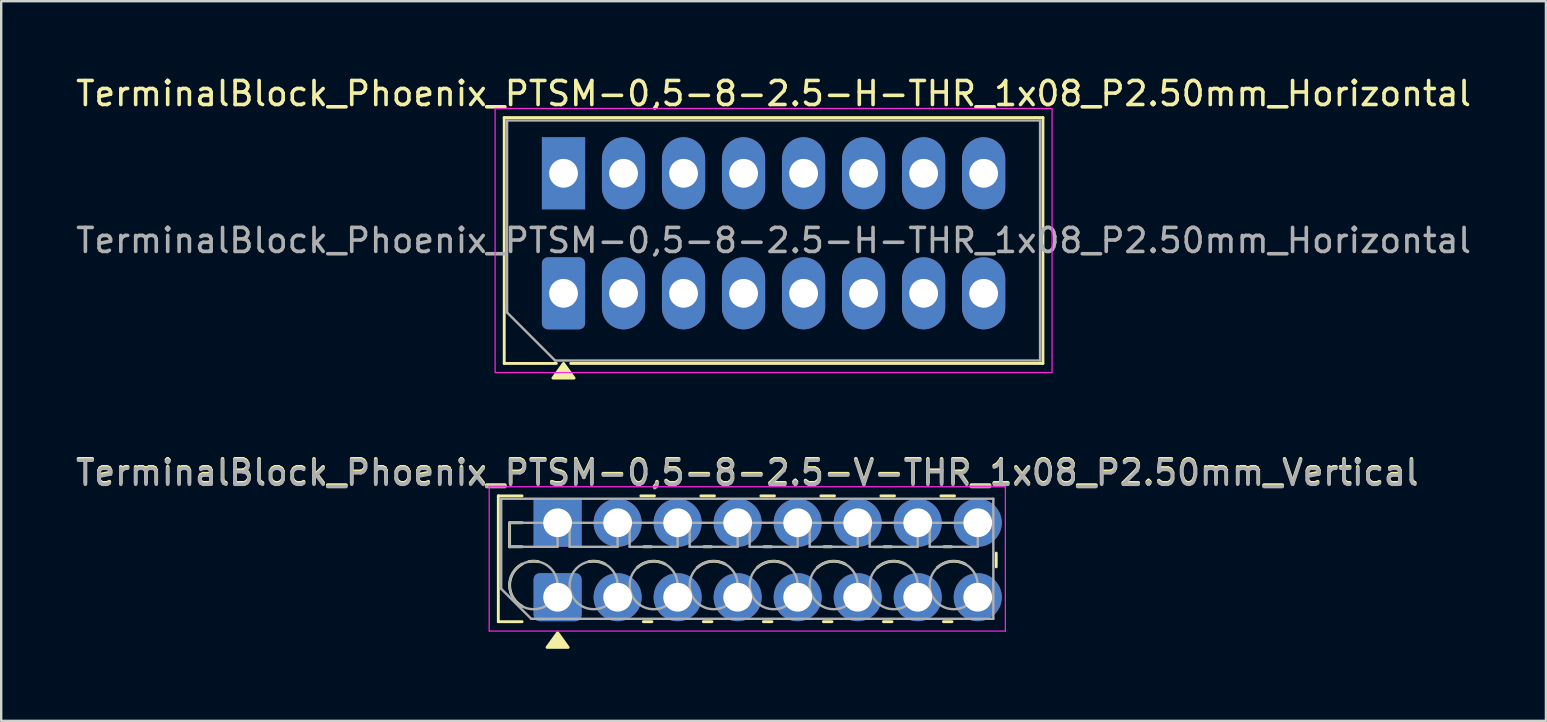
<source format=kicad_pcb>
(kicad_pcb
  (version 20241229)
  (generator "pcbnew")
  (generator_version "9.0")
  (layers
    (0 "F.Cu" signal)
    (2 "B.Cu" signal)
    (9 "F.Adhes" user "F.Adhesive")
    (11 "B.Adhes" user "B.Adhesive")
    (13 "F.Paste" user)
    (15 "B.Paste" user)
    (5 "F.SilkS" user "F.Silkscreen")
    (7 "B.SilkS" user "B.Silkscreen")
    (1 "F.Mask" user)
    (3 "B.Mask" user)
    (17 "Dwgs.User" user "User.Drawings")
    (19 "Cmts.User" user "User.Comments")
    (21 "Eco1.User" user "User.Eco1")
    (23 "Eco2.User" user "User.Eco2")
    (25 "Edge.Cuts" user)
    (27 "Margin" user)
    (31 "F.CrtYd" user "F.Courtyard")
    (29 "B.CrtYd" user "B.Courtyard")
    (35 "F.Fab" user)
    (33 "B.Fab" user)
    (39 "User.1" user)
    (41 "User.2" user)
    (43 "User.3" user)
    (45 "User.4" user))
  (footprint "TerminalBlock_Phoenix_PTSM-0,5-8-2.5-V-THR_1x08_P2.50mm_Vertical"
    (layer "F.Cu")
    (at 20.177 21.826)
    (property "Reference" "TerminalBlock_Phoenix_PTSM-0,5-8-2.5-V-THR_1x08_P2.50mm_Vertical" (at 7.9 -5.22 0) (layer "F.SilkS") (effects (font (size 1 1) (thickness 0.15))))
    (attr through_hole)
    (fp_line (start -2.47 -4.22) (end -2.47 1.02) (stroke (width 0.12) (type solid)) (layer "F.SilkS"))
    (fp_line (start -2.47 -4.22) (end -1.48 -4.22) (stroke (width 0.12) (type solid)) (layer "F.SilkS"))
    (fp_line (start -2.47 1.02) (end -1.48 1.02) (stroke (width 0.12) (type solid)) (layer "F.SilkS"))
    (fp_line (start -2 -3.1) (end -2 -2.1) (stroke (width 0.12) (type solid)) (layer "F.SilkS"))
    (fp_line (start -2 -3.1) (end -1.48 -3.1) (stroke (width 0.12) (type solid)) (layer "F.SilkS"))
    (fp_line (start -2 -2.1) (end -1.48 -2.1) (stroke (width 0.12) (type solid)) (layer "F.SilkS"))
    (fp_line (start 3.467 -4.22) (end 4.033 -4.22) (stroke (width 0.12) (type solid)) (layer "F.SilkS"))
    (fp_line (start 3.572 1.02) (end 3.928 1.02) (stroke (width 0.12) (type solid)) (layer "F.SilkS"))
    (fp_line (start 3.591 -2.1) (end 3.909 -2.1) (stroke (width 0.12) (type solid)) (layer "F.SilkS"))
    (fp_line (start 5.967 -4.22) (end 6.533 -4.22) (stroke (width 0.12) (type solid)) (layer "F.SilkS"))
    (fp_line (start 6.072 1.02) (end 6.428 1.02) (stroke (width 0.12) (type solid)) (layer "F.SilkS"))
    (fp_line (start 6.091 -2.1) (end 6.409 -2.1) (stroke (width 0.12) (type solid)) (layer "F.SilkS"))
    (fp_line (start 8.467 -4.22) (end 9.033 -4.22) (stroke (width 0.12) (type solid)) (layer "F.SilkS"))
    (fp_line (start 8.572 1.02) (end 8.928 1.02) (stroke (width 0.12) (type solid)) (layer "F.SilkS"))
    (fp_line (start 8.591 -2.1) (end 8.909 -2.1) (stroke (width 0.12) (type solid)) (layer "F.SilkS"))
    (fp_line (start 10.967 -4.22) (end 11.533 -4.22) (stroke (width 0.12) (type solid)) (layer "F.SilkS"))
    (fp_line (start 11.072 1.02) (end 11.428 1.02) (stroke (width 0.12) (type solid)) (layer "F.SilkS"))
    (fp_line (start 11.091 -2.1) (end 11.409 -2.1) (stroke (width 0.12) (type solid)) (layer "F.SilkS"))
    (fp_line (start 13.467 -4.22) (end 14.033 -4.22) (stroke (width 0.12) (type solid)) (layer "F.SilkS"))
    (fp_line (start 13.572 1.02) (end 13.928 1.02) (stroke (width 0.12) (type solid)) (layer "F.SilkS"))
    (fp_line (start 13.591 -2.1) (end 13.909 -2.1) (stroke (width 0.12) (type solid)) (layer "F.SilkS"))
    (fp_line (start 15.967 -4.22) (end 16.533 -4.22) (stroke (width 0.12) (type solid)) (layer "F.SilkS"))
    (fp_line (start 16.072 1.02) (end 16.428 1.02) (stroke (width 0.12) (type solid)) (layer "F.SilkS"))
    (fp_line (start 16.091 -2.1) (end 16.409 -2.1) (stroke (width 0.12) (type solid)) (layer "F.SilkS"))
    (fp_line (start 18.27 -1.836) (end 18.27 -1.264) (stroke (width 0.12) (type solid)) (layer "F.SilkS"))
    (fp_arc (start -1.48 0.377) (mid -1.999764 -0.500129) (end -1.479774 -1.377124) (stroke (width 0.12) (type solid)) (layer "F.SilkS"))
    (fp_arc (start -1.199 -1.48) (mid -1.000002 -1.5) (end -0.801005 -1.480001) (stroke (width 0.12) (type solid)) (layer "F.SilkS"))
    (fp_arc (start 1.301 -1.48) (mid 1.644475 -1.489509) (end 1.970893 -1.382191) (stroke (width 0.12) (type solid)) (layer "F.SilkS"))
    (fp_arc (start 3.319 -1.233) (mid 3.871173 -1.492196) (end 4.47123 -1.382605) (stroke (width 0.12) (type solid)) (layer "F.SilkS"))
    (fp_arc (start 5.819 -1.233) (mid 6.371173 -1.492196) (end 6.97123 -1.382605) (stroke (width 0.12) (type solid)) (layer "F.SilkS"))
    (fp_arc (start 8.319 -1.233) (mid 8.871173 -1.492196) (end 9.47123 -1.382605) (stroke (width 0.12) (type solid)) (layer "F.SilkS"))
    (fp_arc (start 10.819 -1.233) (mid 11.371173 -1.492196) (end 11.97123 -1.382605) (stroke (width 0.12) (type solid)) (layer "F.SilkS"))
    (fp_arc (start 13.319 -1.233) (mid 13.871173 -1.492196) (end 14.47123 -1.382605) (stroke (width 0.12) (type solid)) (layer "F.SilkS"))
    (fp_arc (start 15.819 -1.233) (mid 16.371173 -1.492196) (end 16.97123 -1.382605) (stroke (width 0.12) (type solid)) (layer "F.SilkS"))
    (fp_poly (pts (xy 0 1.48) (xy 0.44 2.09) (xy -0.44 2.09)) (stroke (width 0.12) (type solid)) (fill yes) (layer "F.SilkS"))
    (fp_line (start -2.85 -4.6) (end -2.85 1.41) (stroke (width 0.05) (type solid)) (layer "F.CrtYd"))
    (fp_line (start -2.85 1.41) (end 18.65 1.41) (stroke (width 0.05) (type solid)) (layer "F.CrtYd"))
    (fp_line (start 18.65 -4.6) (end -2.85 -4.6) (stroke (width 0.05) (type solid)) (layer "F.CrtYd"))
    (fp_line (start 18.65 1.41) (end 18.65 -4.6) (stroke (width 0.05) (type solid)) (layer "F.CrtYd"))
    (fp_line (start -2.35 -4.1) (end 18.15 -4.1) (stroke (width 0.1) (type solid)) (layer "F.Fab"))
    (fp_line (start -2.35 -0.35) (end -2.35 -4.1) (stroke (width 0.1) (type solid)) (layer "F.Fab"))
    (fp_line (start -2 -3.1) (end -2 -2.1) (stroke (width 0.1) (type solid)) (layer "F.Fab"))
    (fp_line (start -2 -2.1) (end 0 -2.1) (stroke (width 0.1) (type solid)) (layer "F.Fab"))
    (fp_line (start -1.1 0.9) (end -2.35 -0.35) (stroke (width 0.1) (type solid)) (layer "F.Fab"))
    (fp_line (start 0 -3.1) (end -2 -3.1) (stroke (width 0.1) (type solid)) (layer "F.Fab"))
    (fp_line (start 0 -2.1) (end 0 -3.1) (stroke (width 0.1) (type solid)) (layer "F.Fab"))
    (fp_line (start 0.5 -3.1) (end 0.5 -2.1) (stroke (width 0.1) (type solid)) (layer "F.Fab"))
    (fp_line (start 0.5 -2.1) (end 2.5 -2.1) (stroke (width 0.1) (type solid)) (layer "F.Fab"))
    (fp_line (start 2.5 -3.1) (end 0.5 -3.1) (stroke (width 0.1) (type solid)) (layer "F.Fab"))
    (fp_line (start 2.5 -2.1) (end 2.5 -3.1) (stroke (width 0.1) (type solid)) (layer "F.Fab"))
    (fp_line (start 3 -3.1) (end 3 -2.1) (stroke (width 0.1) (type solid)) (layer "F.Fab"))
    (fp_line (start 3 -2.1) (end 5 -2.1) (stroke (width 0.1) (type solid)) (layer "F.Fab"))
    (fp_line (start 5 -3.1) (end 3 -3.1) (stroke (width 0.1) (type solid)) (layer "F.Fab"))
    (fp_line (start 5 -2.1) (end 5 -3.1) (stroke (width 0.1) (type solid)) (layer "F.Fab"))
    (fp_line (start 5.5 -3.1) (end 5.5 -2.1) (stroke (width 0.1) (type solid)) (layer "F.Fab"))
    (fp_line (start 5.5 -2.1) (end 7.5 -2.1) (stroke (width 0.1) (type solid)) (layer "F.Fab"))
    (fp_line (start 7.5 -3.1) (end 5.5 -3.1) (stroke (width 0.1) (type solid)) (layer "F.Fab"))
    (fp_line (start 7.5 -2.1) (end 7.5 -3.1) (stroke (width 0.1) (type solid)) (layer "F.Fab"))
    (fp_line (start 8 -3.1) (end 8 -2.1) (stroke (width 0.1) (type solid)) (layer "F.Fab"))
    (fp_line (start 8 -2.1) (end 10 -2.1) (stroke (width 0.1) (type solid)) (layer "F.Fab"))
    (fp_line (start 10 -3.1) (end 8 -3.1) (stroke (width 0.1) (type solid)) (layer "F.Fab"))
    (fp_line (start 10 -2.1) (end 10 -3.1) (stroke (width 0.1) (type solid)) (layer "F.Fab"))
    (fp_line (start 10.5 -3.1) (end 10.5 -2.1) (stroke (width 0.1) (type solid)) (layer "F.Fab"))
    (fp_line (start 10.5 -2.1) (end 12.5 -2.1) (stroke (width 0.1) (type solid)) (layer "F.Fab"))
    (fp_line (start 12.5 -3.1) (end 10.5 -3.1) (stroke (width 0.1) (type solid)) (layer "F.Fab"))
    (fp_line (start 12.5 -2.1) (end 12.5 -3.1) (stroke (width 0.1) (type solid)) (layer "F.Fab"))
    (fp_line (start 13 -3.1) (end 13 -2.1) (stroke (width 0.1) (type solid)) (layer "F.Fab"))
    (fp_line (start 13 -2.1) (end 15 -2.1) (stroke (width 0.1) (type solid)) (layer "F.Fab"))
    (fp_line (start 15 -3.1) (end 13 -3.1) (stroke (width 0.1) (type solid)) (layer "F.Fab"))
    (fp_line (start 15 -2.1) (end 15 -3.1) (stroke (width 0.1) (type solid)) (layer "F.Fab"))
    (fp_line (start 15.5 -3.1) (end 15.5 -2.1) (stroke (width 0.1) (type solid)) (layer "F.Fab"))
    (fp_line (start 15.5 -2.1) (end 17.5 -2.1) (stroke (width 0.1) (type solid)) (layer "F.Fab"))
    (fp_line (start 17.5 -3.1) (end 15.5 -3.1) (stroke (width 0.1) (type solid)) (layer "F.Fab"))
    (fp_line (start 17.5 -2.1) (end 17.5 -3.1) (stroke (width 0.1) (type solid)) (layer "F.Fab"))
    (fp_line (start 18.15 -4.1) (end 18.15 0.9) (stroke (width 0.1) (type solid)) (layer "F.Fab"))
    (fp_line (start 18.15 0.9) (end -1.1 0.9) (stroke (width 0.1) (type solid)) (layer "F.Fab"))
    (fp_circle (center -1 -0.5) (end 0 -0.5) (stroke (width 0.1) (type solid)) (fill no) (layer "F.Fab"))
    (fp_circle (center 1.5 -0.5) (end 2.5 -0.5) (stroke (width 0.1) (type solid)) (fill no) (layer "F.Fab"))
    (fp_circle (center 4 -0.5) (end 5 -0.5) (stroke (width 0.1) (type solid)) (fill no) (layer "F.Fab"))
    (fp_circle (center 6.5 -0.5) (end 7.5 -0.5) (stroke (width 0.1) (type solid)) (fill no) (layer "F.Fab"))
    (fp_circle (center 9 -0.5) (end 10 -0.5) (stroke (width 0.1) (type solid)) (fill no) (layer "F.Fab"))
    (fp_circle (center 11.5 -0.5) (end 12.5 -0.5) (stroke (width 0.1) (type solid)) (fill no) (layer "F.Fab"))
    (fp_circle (center 14 -0.5) (end 15 -0.5) (stroke (width 0.1) (type solid)) (fill no) (layer "F.Fab"))
    (fp_circle (center 16.5 -0.5) (end 17.5 -0.5) (stroke (width 0.1) (type solid)) (fill no) (layer "F.Fab"))
    (fp_text user "${REFERENCE}" (at 7.9 -5.16 0) (layer "F.Fab") (effects (font (size 1 1) (thickness 0.15))))
    (pad "1" thru_hole rect (at 0 -3.1) (size 2 2) (drill 1.2) (layers "*.Cu" "*.Mask"))
    (pad "1" thru_hole roundrect (at 0 0) (size 2 2) (drill 1.2) (layers "*.Cu" "*.Mask") (roundrect_rratio 0.125))
    (pad "2" thru_hole circle (at 2.5 -3.1) (size 2 2) (drill 1.2) (layers "*.Cu" "*.Mask"))
    (pad "2" thru_hole circle (at 2.5 0) (size 2 2) (drill 1.2) (layers "*.Cu" "*.Mask"))
    (pad "3" thru_hole circle (at 5 -3.1) (size 2 2) (drill 1.2) (layers "*.Cu" "*.Mask"))
    (pad "3" thru_hole circle (at 5 0) (size 2 2) (drill 1.2) (layers "*.Cu" "*.Mask"))
    (pad "4" thru_hole circle (at 7.5 -3.1) (size 2 2) (drill 1.2) (layers "*.Cu" "*.Mask"))
    (pad "4" thru_hole circle (at 7.5 0) (size 2 2) (drill 1.2) (layers "*.Cu" "*.Mask"))
    (pad "5" thru_hole circle (at 10 -3.1) (size 2 2) (drill 1.2) (layers "*.Cu" "*.Mask"))
    (pad "5" thru_hole circle (at 10 0) (size 2 2) (drill 1.2) (layers "*.Cu" "*.Mask"))
    (pad "6" thru_hole circle (at 12.5 -3.1) (size 2 2) (drill 1.2) (layers "*.Cu" "*.Mask"))
    (pad "6" thru_hole circle (at 12.5 0) (size 2 2) (drill 1.2) (layers "*.Cu" "*.Mask"))
    (pad "7" thru_hole circle (at 15 -3.1) (size 2 2) (drill 1.2) (layers "*.Cu" "*.Mask"))
    (pad "7" thru_hole circle (at 15 0) (size 2 2) (drill 1.2) (layers "*.Cu" "*.Mask"))
    (pad "8" thru_hole circle (at 17.5 -3.1) (size 2 2) (drill 1.2) (layers "*.Cu" "*.Mask"))
    (pad "8" thru_hole circle (at 17.5 0) (size 2 2) (drill 1.2) (layers "*.Cu" "*.Mask")))
  (footprint "TerminalBlock_Phoenix_PTSM-0,5-8-2.5-H-THR_1x08_P2.50mm_Horizontal"
    (layer "F.Cu")
    (at 20.423 9.168)
    (property "Reference" "TerminalBlock_Phoenix_PTSM-0,5-8-2.5-H-THR_1x08_P2.50mm_Horizontal" (at 8.75 -8.32 0) (layer "F.SilkS") (effects (font (size 1 1) (thickness 0.15))))
    (attr through_hole)
    (fp_line (start -2.47 -7.32) (end 19.97 -7.32) (stroke (width 0.12) (type solid)) (layer "F.SilkS"))
    (fp_line (start -2.47 2.92) (end -2.47 -7.32) (stroke (width 0.12) (type solid)) (layer "F.SilkS"))
    (fp_line (start -0.3 2.92) (end -2.47 2.92) (stroke (width 0.12) (type solid)) (layer "F.SilkS"))
    (fp_line (start 19.97 -7.32) (end 19.97 2.92) (stroke (width 0.12) (type solid)) (layer "F.SilkS"))
    (fp_line (start 19.97 2.92) (end 0.3 2.92) (stroke (width 0.12) (type solid)) (layer "F.SilkS"))
    (fp_poly (pts (xy 0 2.92) (xy 0.44 3.53) (xy -0.44 3.53)) (stroke (width 0.12) (type solid)) (fill yes) (layer "F.SilkS"))
    (fp_rect (start -2.85 -7.7) (end 20.35 3.3) (stroke (width 0.05) (type solid)) (fill no) (layer "F.CrtYd"))
    (fp_line (start -2.35 -7.2) (end 19.85 -7.2) (stroke (width 0.1) (type solid)) (layer "F.Fab"))
    (fp_line (start -2.35 0.8) (end -2.35 -7.2) (stroke (width 0.1) (type solid)) (layer "F.Fab"))
    (fp_line (start -0.35 2.8) (end -2.35 0.8) (stroke (width 0.1) (type solid)) (layer "F.Fab"))
    (fp_line (start 19.85 -7.2) (end 19.85 2.8) (stroke (width 0.1) (type solid)) (layer "F.Fab"))
    (fp_line (start 19.85 2.8) (end -0.35 2.8) (stroke (width 0.1) (type solid)) (layer "F.Fab"))
    (fp_text user "${REFERENCE}" (at 8.75 -2.2 0) (layer "F.Fab") (effects (font (size 1 1) (thickness 0.15))))
    (pad "1" thru_hole rect (at 0 -5) (size 1.8 3) (drill 1.2) (layers "*.Cu" "*.Mask"))
    (pad "1" thru_hole roundrect (at 0 0) (size 1.8 3) (drill 1.2) (layers "*.Cu" "*.Mask") (roundrect_rratio 0.139))
    (pad "2" thru_hole oval (at 2.5 -5) (size 1.8 3) (drill 1.2) (layers "*.Cu" "*.Mask"))
    (pad "2" thru_hole oval (at 2.5 0) (size 1.8 3) (drill 1.2) (layers "*.Cu" "*.Mask"))
    (pad "3" thru_hole oval (at 5 -5) (size 1.8 3) (drill 1.2) (layers "*.Cu" "*.Mask"))
    (pad "3" thru_hole oval (at 5 0) (size 1.8 3) (drill 1.2) (layers "*.Cu" "*.Mask"))
    (pad "4" thru_hole oval (at 7.5 -5) (size 1.8 3) (drill 1.2) (layers "*.Cu" "*.Mask"))
    (pad "4" thru_hole oval (at 7.5 0) (size 1.8 3) (drill 1.2) (layers "*.Cu" "*.Mask"))
    (pad "5" thru_hole oval (at 10 -5) (size 1.8 3) (drill 1.2) (layers "*.Cu" "*.Mask"))
    (pad "5" thru_hole oval (at 10 0) (size 1.8 3) (drill 1.2) (layers "*.Cu" "*.Mask"))
    (pad "6" thru_hole oval (at 12.5 -5) (size 1.8 3) (drill 1.2) (layers "*.Cu" "*.Mask"))
    (pad "6" thru_hole oval (at 12.5 0) (size 1.8 3) (drill 1.2) (layers "*.Cu" "*.Mask"))
    (pad "7" thru_hole oval (at 15 -5) (size 1.8 3) (drill 1.2) (layers "*.Cu" "*.Mask"))
    (pad "7" thru_hole oval (at 15 0) (size 1.8 3) (drill 1.2) (layers "*.Cu" "*.Mask"))
    (pad "8" thru_hole oval (at 17.5 -5) (size 1.8 3) (drill 1.2) (layers "*.Cu" "*.Mask"))
    (pad "8" thru_hole oval (at 17.5 0) (size 1.8 3) (drill 1.2) (layers "*.Cu" "*.Mask")))
  (gr_rect
    (start -3 -3)
    (end 61.345 26.977)
    (stroke (width 0.1) (type default))
    (fill no)
    (layer "Edge.Cuts")))
</source>
